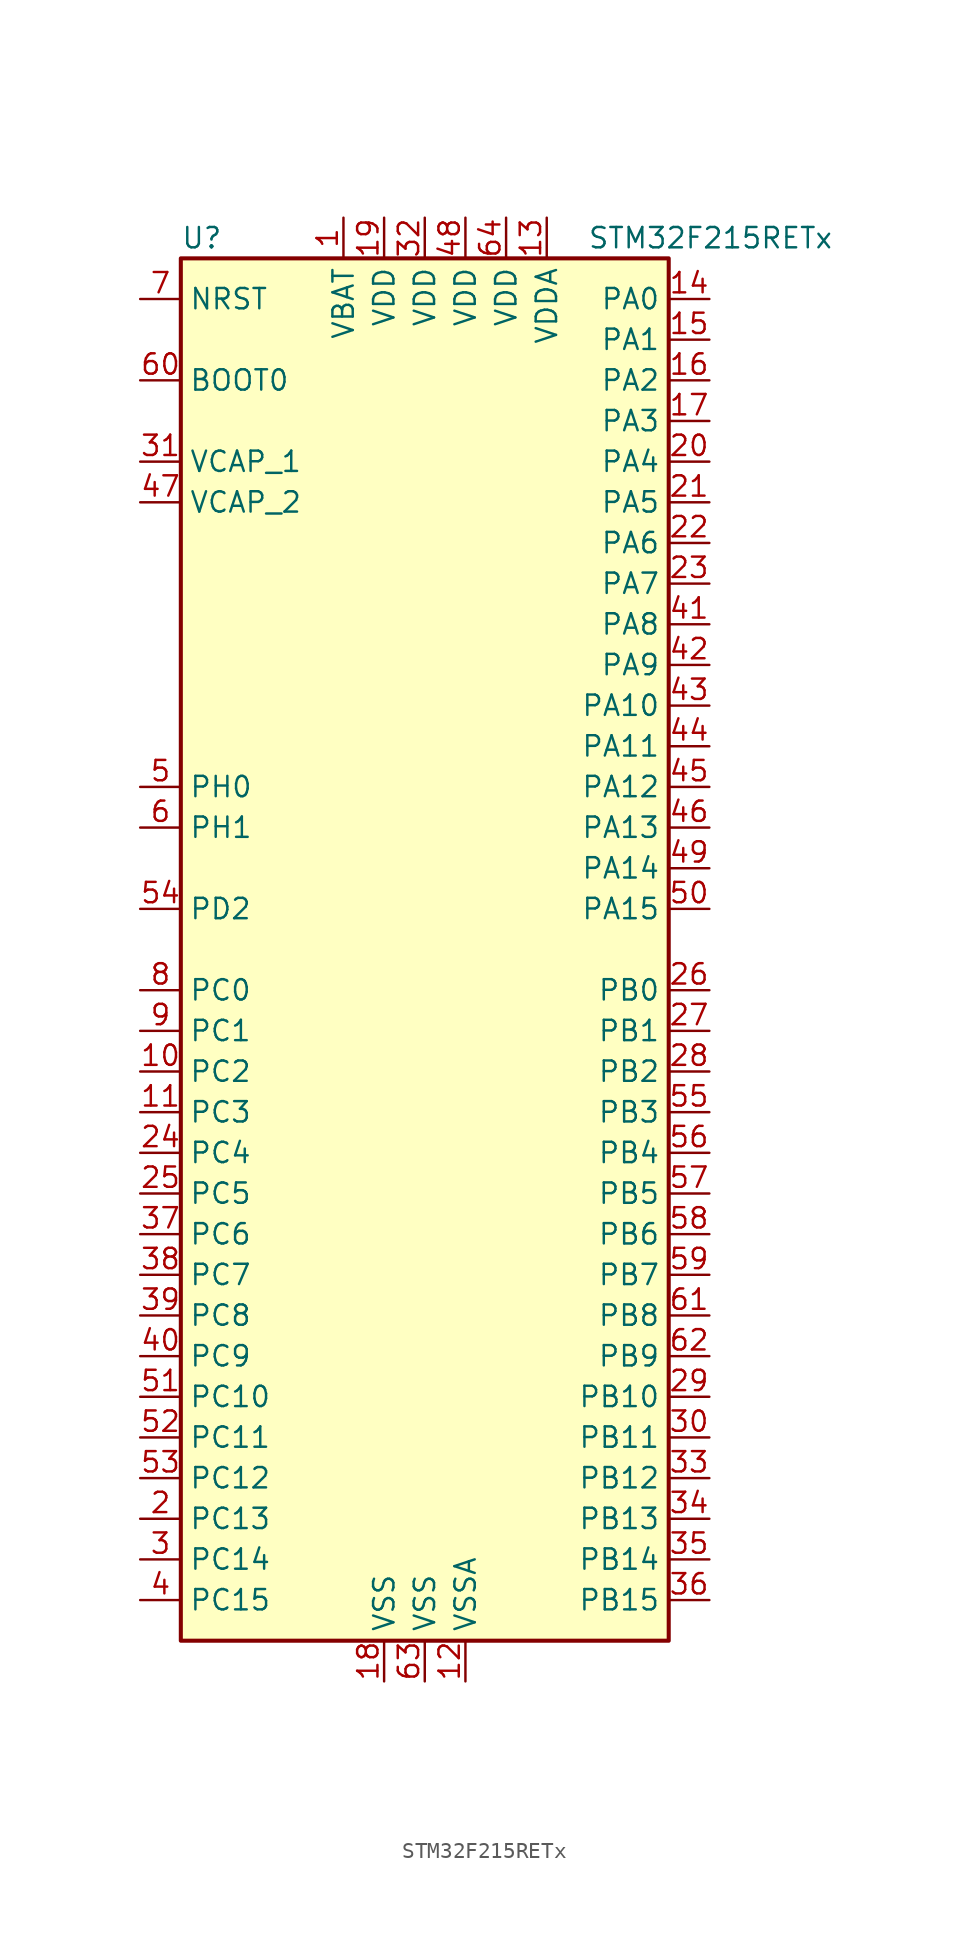
<source format=kicad_sym>
(kicad_symbol_lib
  (version 20201005)
  (generator kicad_symbol_editor)
  (symbol "STM32F215RETx"
    (property "Reference" "U"
      (at -15.24 44.45 0)
      (effects (font (size 1.27 1.27)) (justify left)))
    (property "Value" "STM32F215RETx"
      (at 10.16 44.45 0)
      (effects (font (size 1.27 1.27)) (justify left)))
    (symbol "STM32F215RETx_0_1"
      (rectangle (start -15.24 -43.18) (end 15.24 43.18) (stroke (width 0.254)) (fill (type background))))
    (symbol "STM32F215RETx_1_1"
      (pin input line (at -17.78 35.56 0) (length 2.54) (name "BOOT0" (effects (font (size 1.27 1.27)))) (number "60" (effects (font (size 1.27 1.27)))))
      (pin input line (at -17.78 40.64 0) (length 2.54) (name "NRST" (effects (font (size 1.27 1.27)))) (number "7" (effects (font (size 1.27 1.27)))))
      (pin bidirectional line (at 17.78 40.64 180) (length 2.54) (name "PA0" (effects (font (size 1.27 1.27)))) (number "14" (effects (font (size 1.27 1.27)))))
      (pin bidirectional line (at 17.78 38.1 180) (length 2.54) (name "PA1" (effects (font (size 1.27 1.27)))) (number "15" (effects (font (size 1.27 1.27)))))
      (pin bidirectional line (at 17.78 15.24 180) (length 2.54) (name "PA10" (effects (font (size 1.27 1.27)))) (number "43" (effects (font (size 1.27 1.27)))))
      (pin bidirectional line (at 17.78 12.7 180) (length 2.54) (name "PA11" (effects (font (size 1.27 1.27)))) (number "44" (effects (font (size 1.27 1.27)))))
      (pin bidirectional line (at 17.78 10.16 180) (length 2.54) (name "PA12" (effects (font (size 1.27 1.27)))) (number "45" (effects (font (size 1.27 1.27)))))
      (pin bidirectional line (at 17.78 7.62 180) (length 2.54) (name "PA13" (effects (font (size 1.27 1.27)))) (number "46" (effects (font (size 1.27 1.27)))))
      (pin bidirectional line (at 17.78 5.08 180) (length 2.54) (name "PA14" (effects (font (size 1.27 1.27)))) (number "49" (effects (font (size 1.27 1.27)))))
      (pin bidirectional line (at 17.78 2.54 180) (length 2.54) (name "PA15" (effects (font (size 1.27 1.27)))) (number "50" (effects (font (size 1.27 1.27)))))
      (pin bidirectional line (at 17.78 35.56 180) (length 2.54) (name "PA2" (effects (font (size 1.27 1.27)))) (number "16" (effects (font (size 1.27 1.27)))))
      (pin bidirectional line (at 17.78 33.02 180) (length 2.54) (name "PA3" (effects (font (size 1.27 1.27)))) (number "17" (effects (font (size 1.27 1.27)))))
      (pin bidirectional line (at 17.78 30.48 180) (length 2.54) (name "PA4" (effects (font (size 1.27 1.27)))) (number "20" (effects (font (size 1.27 1.27)))))
      (pin bidirectional line (at 17.78 27.94 180) (length 2.54) (name "PA5" (effects (font (size 1.27 1.27)))) (number "21" (effects (font (size 1.27 1.27)))))
      (pin bidirectional line (at 17.78 25.4 180) (length 2.54) (name "PA6" (effects (font (size 1.27 1.27)))) (number "22" (effects (font (size 1.27 1.27)))))
      (pin bidirectional line (at 17.78 22.86 180) (length 2.54) (name "PA7" (effects (font (size 1.27 1.27)))) (number "23" (effects (font (size 1.27 1.27)))))
      (pin bidirectional line (at 17.78 20.32 180) (length 2.54) (name "PA8" (effects (font (size 1.27 1.27)))) (number "41" (effects (font (size 1.27 1.27)))))
      (pin bidirectional line (at 17.78 17.78 180) (length 2.54) (name "PA9" (effects (font (size 1.27 1.27)))) (number "42" (effects (font (size 1.27 1.27)))))
      (pin bidirectional line (at 17.78 -2.54 180) (length 2.54) (name "PB0" (effects (font (size 1.27 1.27)))) (number "26" (effects (font (size 1.27 1.27)))))
      (pin bidirectional line (at 17.78 -5.08 180) (length 2.54) (name "PB1" (effects (font (size 1.27 1.27)))) (number "27" (effects (font (size 1.27 1.27)))))
      (pin bidirectional line (at 17.78 -27.94 180) (length 2.54) (name "PB10" (effects (font (size 1.27 1.27)))) (number "29" (effects (font (size 1.27 1.27)))))
      (pin bidirectional line (at 17.78 -30.48 180) (length 2.54) (name "PB11" (effects (font (size 1.27 1.27)))) (number "30" (effects (font (size 1.27 1.27)))))
      (pin bidirectional line (at 17.78 -33.02 180) (length 2.54) (name "PB12" (effects (font (size 1.27 1.27)))) (number "33" (effects (font (size 1.27 1.27)))))
      (pin bidirectional line (at 17.78 -35.56 180) (length 2.54) (name "PB13" (effects (font (size 1.27 1.27)))) (number "34" (effects (font (size 1.27 1.27)))))
      (pin bidirectional line (at 17.78 -38.1 180) (length 2.54) (name "PB14" (effects (font (size 1.27 1.27)))) (number "35" (effects (font (size 1.27 1.27)))))
      (pin bidirectional line (at 17.78 -40.64 180) (length 2.54) (name "PB15" (effects (font (size 1.27 1.27)))) (number "36" (effects (font (size 1.27 1.27)))))
      (pin bidirectional line (at 17.78 -7.62 180) (length 2.54) (name "PB2" (effects (font (size 1.27 1.27)))) (number "28" (effects (font (size 1.27 1.27)))))
      (pin bidirectional line (at 17.78 -10.16 180) (length 2.54) (name "PB3" (effects (font (size 1.27 1.27)))) (number "55" (effects (font (size 1.27 1.27)))))
      (pin bidirectional line (at 17.78 -12.7 180) (length 2.54) (name "PB4" (effects (font (size 1.27 1.27)))) (number "56" (effects (font (size 1.27 1.27)))))
      (pin bidirectional line (at 17.78 -15.24 180) (length 2.54) (name "PB5" (effects (font (size 1.27 1.27)))) (number "57" (effects (font (size 1.27 1.27)))))
      (pin bidirectional line (at 17.78 -17.78 180) (length 2.54) (name "PB6" (effects (font (size 1.27 1.27)))) (number "58" (effects (font (size 1.27 1.27)))))
      (pin bidirectional line (at 17.78 -20.32 180) (length 2.54) (name "PB7" (effects (font (size 1.27 1.27)))) (number "59" (effects (font (size 1.27 1.27)))))
      (pin bidirectional line (at 17.78 -22.86 180) (length 2.54) (name "PB8" (effects (font (size 1.27 1.27)))) (number "61" (effects (font (size 1.27 1.27)))))
      (pin bidirectional line (at 17.78 -25.4 180) (length 2.54) (name "PB9" (effects (font (size 1.27 1.27)))) (number "62" (effects (font (size 1.27 1.27)))))
      (pin bidirectional line (at -17.78 -2.54 0) (length 2.54) (name "PC0" (effects (font (size 1.27 1.27)))) (number "8" (effects (font (size 1.27 1.27)))))
      (pin bidirectional line (at -17.78 -5.08 0) (length 2.54) (name "PC1" (effects (font (size 1.27 1.27)))) (number "9" (effects (font (size 1.27 1.27)))))
      (pin bidirectional line (at -17.78 -27.94 0) (length 2.54) (name "PC10" (effects (font (size 1.27 1.27)))) (number "51" (effects (font (size 1.27 1.27)))))
      (pin bidirectional line (at -17.78 -30.48 0) (length 2.54) (name "PC11" (effects (font (size 1.27 1.27)))) (number "52" (effects (font (size 1.27 1.27)))))
      (pin bidirectional line (at -17.78 -33.02 0) (length 2.54) (name "PC12" (effects (font (size 1.27 1.27)))) (number "53" (effects (font (size 1.27 1.27)))))
      (pin bidirectional line (at -17.78 -35.56 0) (length 2.54) (name "PC13" (effects (font (size 1.27 1.27)))) (number "2" (effects (font (size 1.27 1.27)))))
      (pin bidirectional line (at -17.78 -38.1 0) (length 2.54) (name "PC14" (effects (font (size 1.27 1.27)))) (number "3" (effects (font (size 1.27 1.27)))))
      (pin bidirectional line (at -17.78 -40.64 0) (length 2.54) (name "PC15" (effects (font (size 1.27 1.27)))) (number "4" (effects (font (size 1.27 1.27)))))
      (pin bidirectional line (at -17.78 -7.62 0) (length 2.54) (name "PC2" (effects (font (size 1.27 1.27)))) (number "10" (effects (font (size 1.27 1.27)))))
      (pin bidirectional line (at -17.78 -10.16 0) (length 2.54) (name "PC3" (effects (font (size 1.27 1.27)))) (number "11" (effects (font (size 1.27 1.27)))))
      (pin bidirectional line (at -17.78 -12.7 0) (length 2.54) (name "PC4" (effects (font (size 1.27 1.27)))) (number "24" (effects (font (size 1.27 1.27)))))
      (pin bidirectional line (at -17.78 -15.24 0) (length 2.54) (name "PC5" (effects (font (size 1.27 1.27)))) (number "25" (effects (font (size 1.27 1.27)))))
      (pin bidirectional line (at -17.78 -17.78 0) (length 2.54) (name "PC6" (effects (font (size 1.27 1.27)))) (number "37" (effects (font (size 1.27 1.27)))))
      (pin bidirectional line (at -17.78 -20.32 0) (length 2.54) (name "PC7" (effects (font (size 1.27 1.27)))) (number "38" (effects (font (size 1.27 1.27)))))
      (pin bidirectional line (at -17.78 -22.86 0) (length 2.54) (name "PC8" (effects (font (size 1.27 1.27)))) (number "39" (effects (font (size 1.27 1.27)))))
      (pin bidirectional line (at -17.78 -25.4 0) (length 2.54) (name "PC9" (effects (font (size 1.27 1.27)))) (number "40" (effects (font (size 1.27 1.27)))))
      (pin bidirectional line (at -17.78 2.54 0) (length 2.54) (name "PD2" (effects (font (size 1.27 1.27)))) (number "54" (effects (font (size 1.27 1.27)))))
      (pin input line (at -17.78 10.16 0) (length 2.54) (name "PH0" (effects (font (size 1.27 1.27)))) (number "5" (effects (font (size 1.27 1.27)))))
      (pin input line (at -17.78 7.62 0) (length 2.54) (name "PH1" (effects (font (size 1.27 1.27)))) (number "6" (effects (font (size 1.27 1.27)))))
      (pin power_in line (at -5.08 45.72 270) (length 2.54) (name "VBAT" (effects (font (size 1.27 1.27)))) (number "1" (effects (font (size 1.27 1.27)))))
      (pin power_in line (at -17.78 30.48 0) (length 2.54) (name "VCAP_1" (effects (font (size 1.27 1.27)))) (number "31" (effects (font (size 1.27 1.27)))))
      (pin power_in line (at -17.78 27.94 0) (length 2.54) (name "VCAP_2" (effects (font (size 1.27 1.27)))) (number "47" (effects (font (size 1.27 1.27)))))
      (pin power_in line (at -2.54 45.72 270) (length 2.54) (name "VDD" (effects (font (size 1.27 1.27)))) (number "19" (effects (font (size 1.27 1.27)))))
      (pin power_in line (at 0 45.72 270) (length 2.54) (name "VDD" (effects (font (size 1.27 1.27)))) (number "32" (effects (font (size 1.27 1.27)))))
      (pin power_in line (at 2.54 45.72 270) (length 2.54) (name "VDD" (effects (font (size 1.27 1.27)))) (number "48" (effects (font (size 1.27 1.27)))))
      (pin power_in line (at 5.08 45.72 270) (length 2.54) (name "VDD" (effects (font (size 1.27 1.27)))) (number "64" (effects (font (size 1.27 1.27)))))
      (pin power_in line (at 7.62 45.72 270) (length 2.54) (name "VDDA" (effects (font (size 1.27 1.27)))) (number "13" (effects (font (size 1.27 1.27)))))
      (pin power_in line (at -2.54 -45.72 90) (length 2.54) (name "VSS" (effects (font (size 1.27 1.27)))) (number "18" (effects (font (size 1.27 1.27)))))
      (pin power_in line (at 0 -45.72 90) (length 2.54) (name "VSS" (effects (font (size 1.27 1.27)))) (number "63" (effects (font (size 1.27 1.27)))))
      (pin power_in line (at 2.54 -45.72 90) (length 2.54) (name "VSSA" (effects (font (size 1.27 1.27)))) (number "12" (effects (font (size 1.27 1.27))))))))
</source>
